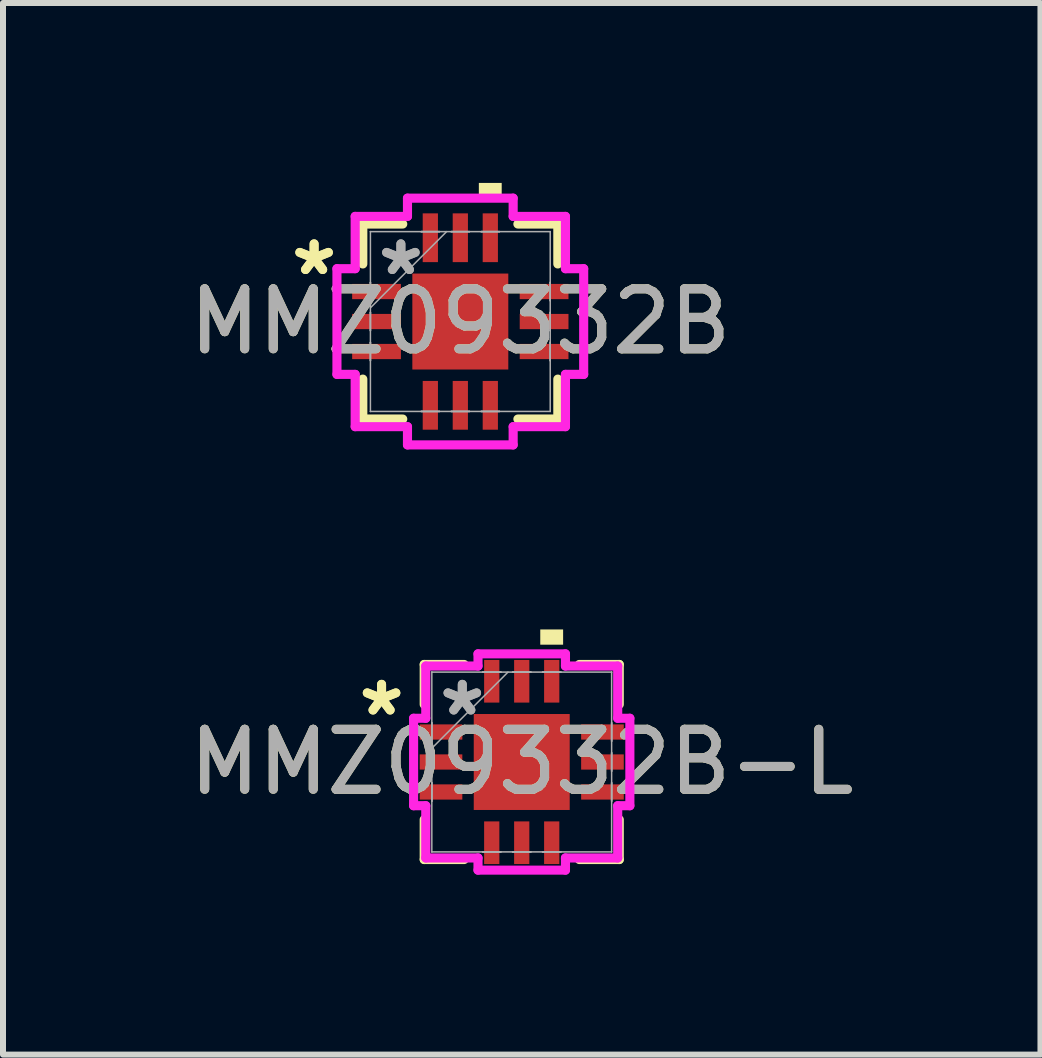
<source format=kicad_pcb>
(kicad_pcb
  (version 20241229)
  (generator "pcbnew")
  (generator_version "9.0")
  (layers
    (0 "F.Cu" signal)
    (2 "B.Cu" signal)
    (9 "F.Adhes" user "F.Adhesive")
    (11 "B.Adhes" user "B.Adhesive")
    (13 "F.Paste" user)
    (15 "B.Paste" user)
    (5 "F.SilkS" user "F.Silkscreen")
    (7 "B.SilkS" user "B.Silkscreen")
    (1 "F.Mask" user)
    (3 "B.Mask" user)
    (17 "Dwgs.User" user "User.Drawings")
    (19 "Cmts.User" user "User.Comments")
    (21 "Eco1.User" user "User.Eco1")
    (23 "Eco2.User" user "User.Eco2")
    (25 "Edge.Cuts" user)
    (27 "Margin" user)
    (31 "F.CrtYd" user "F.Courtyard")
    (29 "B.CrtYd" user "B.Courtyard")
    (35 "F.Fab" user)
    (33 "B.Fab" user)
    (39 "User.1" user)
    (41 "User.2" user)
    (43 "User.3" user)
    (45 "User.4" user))
  (footprint "MMZ09332B"
    (layer "F.Cu")
    (at 4.625 2.311)
    (property "Reference" "MMZ09332B" (at 0 0 0) (unlocked yes) (layer "F.SilkS") (effects (font (size 1 1) (thickness 0.15))))
    (attr smd)
    (fp_line (start -1.626 -1.626) (end -1.626 -0.96) (stroke (width 0.152) (type solid)) (layer "F.SilkS"))
    (fp_line (start -1.626 0.96) (end -1.626 1.626) (stroke (width 0.152) (type solid)) (layer "F.SilkS"))
    (fp_line (start -1.626 1.626) (end -0.96 1.626) (stroke (width 0.152) (type solid)) (layer "F.SilkS"))
    (fp_line (start -0.96 -1.626) (end -1.626 -1.626) (stroke (width 0.152) (type solid)) (layer "F.SilkS"))
    (fp_line (start 0.96 1.626) (end 1.626 1.626) (stroke (width 0.152) (type solid)) (layer "F.SilkS"))
    (fp_line (start 1.626 -1.626) (end 0.96 -1.626) (stroke (width 0.152) (type solid)) (layer "F.SilkS"))
    (fp_line (start 1.626 -0.96) (end 1.626 -1.626) (stroke (width 0.152) (type solid)) (layer "F.SilkS"))
    (fp_line (start 1.626 1.626) (end 1.626 0.96) (stroke (width 0.152) (type solid)) (layer "F.SilkS"))
    (fp_poly (pts (xy 0.309 -2.057) (xy 0.309 -2.311) (xy 0.69 -2.311) (xy 0.69 -2.057)) (stroke (width 0) (type solid)) (fill yes) (layer "F.SilkS"))
    (fp_line (start -2.057 -0.881) (end -1.753 -0.881) (stroke (width 0.152) (type solid)) (layer "F.CrtYd"))
    (fp_line (start -2.057 0.881) (end -2.057 -0.881) (stroke (width 0.152) (type solid)) (layer "F.CrtYd"))
    (fp_line (start -1.753 -1.753) (end -0.881 -1.753) (stroke (width 0.152) (type solid)) (layer "F.CrtYd"))
    (fp_line (start -1.753 -0.881) (end -1.753 -1.753) (stroke (width 0.152) (type solid)) (layer "F.CrtYd"))
    (fp_line (start -1.753 0.881) (end -2.057 0.881) (stroke (width 0.152) (type solid)) (layer "F.CrtYd"))
    (fp_line (start -1.753 1.753) (end -1.753 0.881) (stroke (width 0.152) (type solid)) (layer "F.CrtYd"))
    (fp_line (start -0.881 -2.057) (end 0.881 -2.057) (stroke (width 0.152) (type solid)) (layer "F.CrtYd"))
    (fp_line (start -0.881 -1.753) (end -0.881 -2.057) (stroke (width 0.152) (type solid)) (layer "F.CrtYd"))
    (fp_line (start -0.881 1.753) (end -1.753 1.753) (stroke (width 0.152) (type solid)) (layer "F.CrtYd"))
    (fp_line (start -0.881 2.057) (end -0.881 1.753) (stroke (width 0.152) (type solid)) (layer "F.CrtYd"))
    (fp_line (start 0.881 -2.057) (end 0.881 -1.753) (stroke (width 0.152) (type solid)) (layer "F.CrtYd"))
    (fp_line (start 0.881 -1.753) (end 1.753 -1.753) (stroke (width 0.152) (type solid)) (layer "F.CrtYd"))
    (fp_line (start 0.881 1.753) (end 0.881 2.057) (stroke (width 0.152) (type solid)) (layer "F.CrtYd"))
    (fp_line (start 0.881 2.057) (end -0.881 2.057) (stroke (width 0.152) (type solid)) (layer "F.CrtYd"))
    (fp_line (start 1.753 -1.753) (end 1.753 -0.881) (stroke (width 0.152) (type solid)) (layer "F.CrtYd"))
    (fp_line (start 1.753 -0.881) (end 2.057 -0.881) (stroke (width 0.152) (type solid)) (layer "F.CrtYd"))
    (fp_line (start 1.753 0.881) (end 1.753 1.753) (stroke (width 0.152) (type solid)) (layer "F.CrtYd"))
    (fp_line (start 1.753 1.753) (end 0.881 1.753) (stroke (width 0.152) (type solid)) (layer "F.CrtYd"))
    (fp_line (start 2.057 -0.881) (end 2.057 0.881) (stroke (width 0.152) (type solid)) (layer "F.CrtYd"))
    (fp_line (start 2.057 0.881) (end 1.753 0.881) (stroke (width 0.152) (type solid)) (layer "F.CrtYd"))
    (fp_line (start -1.499 -1.499) (end -1.499 -1.499) (stroke (width 0.025) (type solid)) (layer "F.Fab"))
    (fp_line (start -1.499 -1.499) (end -1.499 1.499) (stroke (width 0.025) (type solid)) (layer "F.Fab"))
    (fp_line (start -1.499 -0.652) (end -1.499 -0.652) (stroke (width 0.025) (type solid)) (layer "F.Fab"))
    (fp_line (start -1.499 -0.652) (end -1.499 -0.348) (stroke (width 0.025) (type solid)) (layer "F.Fab"))
    (fp_line (start -1.499 -0.348) (end -1.499 -0.652) (stroke (width 0.025) (type solid)) (layer "F.Fab"))
    (fp_line (start -1.499 -0.348) (end -1.499 -0.348) (stroke (width 0.025) (type solid)) (layer "F.Fab"))
    (fp_line (start -1.499 -0.229) (end -0.229 -1.499) (stroke (width 0.025) (type solid)) (layer "F.Fab"))
    (fp_line (start -1.499 -0.152) (end -1.499 -0.152) (stroke (width 0.025) (type solid)) (layer "F.Fab"))
    (fp_line (start -1.499 -0.152) (end -1.499 0.152) (stroke (width 0.025) (type solid)) (layer "F.Fab"))
    (fp_line (start -1.499 0.152) (end -1.499 -0.152) (stroke (width 0.025) (type solid)) (layer "F.Fab"))
    (fp_line (start -1.499 0.152) (end -1.499 0.152) (stroke (width 0.025) (type solid)) (layer "F.Fab"))
    (fp_line (start -1.499 0.348) (end -1.499 0.348) (stroke (width 0.025) (type solid)) (layer "F.Fab"))
    (fp_line (start -1.499 0.348) (end -1.499 0.652) (stroke (width 0.025) (type solid)) (layer "F.Fab"))
    (fp_line (start -1.499 0.652) (end -1.499 0.348) (stroke (width 0.025) (type solid)) (layer "F.Fab"))
    (fp_line (start -1.499 0.652) (end -1.499 0.652) (stroke (width 0.025) (type solid)) (layer "F.Fab"))
    (fp_line (start -1.499 1.499) (end -1.499 1.499) (stroke (width 0.025) (type solid)) (layer "F.Fab"))
    (fp_line (start -1.499 1.499) (end 1.499 1.499) (stroke (width 0.025) (type solid)) (layer "F.Fab"))
    (fp_line (start -0.652 -1.499) (end -0.652 -1.499) (stroke (width 0.025) (type solid)) (layer "F.Fab"))
    (fp_line (start -0.652 -1.499) (end -0.348 -1.499) (stroke (width 0.025) (type solid)) (layer "F.Fab"))
    (fp_line (start -0.652 1.499) (end -0.652 1.499) (stroke (width 0.025) (type solid)) (layer "F.Fab"))
    (fp_line (start -0.652 1.499) (end -0.348 1.499) (stroke (width 0.025) (type solid)) (layer "F.Fab"))
    (fp_line (start -0.348 -1.499) (end -0.652 -1.499) (stroke (width 0.025) (type solid)) (layer "F.Fab"))
    (fp_line (start -0.348 -1.499) (end -0.348 -1.499) (stroke (width 0.025) (type solid)) (layer "F.Fab"))
    (fp_line (start -0.348 1.499) (end -0.652 1.499) (stroke (width 0.025) (type solid)) (layer "F.Fab"))
    (fp_line (start -0.348 1.499) (end -0.348 1.499) (stroke (width 0.025) (type solid)) (layer "F.Fab"))
    (fp_line (start -0.152 -1.499) (end -0.152 -1.499) (stroke (width 0.025) (type solid)) (layer "F.Fab"))
    (fp_line (start -0.152 -1.499) (end 0.152 -1.499) (stroke (width 0.025) (type solid)) (layer "F.Fab"))
    (fp_line (start -0.152 1.499) (end -0.152 1.499) (stroke (width 0.025) (type solid)) (layer "F.Fab"))
    (fp_line (start -0.152 1.499) (end 0.152 1.499) (stroke (width 0.025) (type solid)) (layer "F.Fab"))
    (fp_line (start 0.152 -1.499) (end -0.152 -1.499) (stroke (width 0.025) (type solid)) (layer "F.Fab"))
    (fp_line (start 0.152 -1.499) (end 0.152 -1.499) (stroke (width 0.025) (type solid)) (layer "F.Fab"))
    (fp_line (start 0.152 1.499) (end -0.152 1.499) (stroke (width 0.025) (type solid)) (layer "F.Fab"))
    (fp_line (start 0.152 1.499) (end 0.152 1.499) (stroke (width 0.025) (type solid)) (layer "F.Fab"))
    (fp_line (start 0.348 -1.499) (end 0.348 -1.499) (stroke (width 0.025) (type solid)) (layer "F.Fab"))
    (fp_line (start 0.348 -1.499) (end 0.652 -1.499) (stroke (width 0.025) (type solid)) (layer "F.Fab"))
    (fp_line (start 0.348 1.499) (end 0.348 1.499) (stroke (width 0.025) (type solid)) (layer "F.Fab"))
    (fp_line (start 0.348 1.499) (end 0.652 1.499) (stroke (width 0.025) (type solid)) (layer "F.Fab"))
    (fp_line (start 0.652 -1.499) (end 0.348 -1.499) (stroke (width 0.025) (type solid)) (layer "F.Fab"))
    (fp_line (start 0.652 -1.499) (end 0.652 -1.499) (stroke (width 0.025) (type solid)) (layer "F.Fab"))
    (fp_line (start 0.652 1.499) (end 0.348 1.499) (stroke (width 0.025) (type solid)) (layer "F.Fab"))
    (fp_line (start 0.652 1.499) (end 0.652 1.499) (stroke (width 0.025) (type solid)) (layer "F.Fab"))
    (fp_line (start 1.499 -1.499) (end -1.499 -1.499) (stroke (width 0.025) (type solid)) (layer "F.Fab"))
    (fp_line (start 1.499 -1.499) (end 1.499 -1.499) (stroke (width 0.025) (type solid)) (layer "F.Fab"))
    (fp_line (start 1.499 -0.652) (end 1.499 -0.652) (stroke (width 0.025) (type solid)) (layer "F.Fab"))
    (fp_line (start 1.499 -0.652) (end 1.499 -0.348) (stroke (width 0.025) (type solid)) (layer "F.Fab"))
    (fp_line (start 1.499 -0.348) (end 1.499 -0.652) (stroke (width 0.025) (type solid)) (layer "F.Fab"))
    (fp_line (start 1.499 -0.348) (end 1.499 -0.348) (stroke (width 0.025) (type solid)) (layer "F.Fab"))
    (fp_line (start 1.499 -0.152) (end 1.499 -0.152) (stroke (width 0.025) (type solid)) (layer "F.Fab"))
    (fp_line (start 1.499 -0.152) (end 1.499 0.152) (stroke (width 0.025) (type solid)) (layer "F.Fab"))
    (fp_line (start 1.499 0.152) (end 1.499 -0.152) (stroke (width 0.025) (type solid)) (layer "F.Fab"))
    (fp_line (start 1.499 0.152) (end 1.499 0.152) (stroke (width 0.025) (type solid)) (layer "F.Fab"))
    (fp_line (start 1.499 0.348) (end 1.499 0.348) (stroke (width 0.025) (type solid)) (layer "F.Fab"))
    (fp_line (start 1.499 0.348) (end 1.499 0.652) (stroke (width 0.025) (type solid)) (layer "F.Fab"))
    (fp_line (start 1.499 0.652) (end 1.499 0.348) (stroke (width 0.025) (type solid)) (layer "F.Fab"))
    (fp_line (start 1.499 0.652) (end 1.499 0.652) (stroke (width 0.025) (type solid)) (layer "F.Fab"))
    (fp_line (start 1.499 1.499) (end 1.499 -1.499) (stroke (width 0.025) (type solid)) (layer "F.Fab"))
    (fp_line (start 1.499 1.499) (end 1.499 1.499) (stroke (width 0.025) (type solid)) (layer "F.Fab"))
    (fp_text user "*" (at -2.438 -0.75 0) (layer "F.SilkS") (effects (font (size 1 1) (thickness 0.15))))
    (fp_text user "*" (at -2.438 -0.75 0) (unlocked yes) (layer "F.SilkS") (effects (font (size 1 1) (thickness 0.15))))
    (fp_text user "${REFERENCE}" (at 0 0 0) (unlocked yes) (layer "F.Fab") (effects (font (size 1 1) (thickness 0.15))))
    (fp_text user "*" (at -0.991 -0.75 0) (unlocked yes) (layer "F.Fab") (effects (font (size 1 1) (thickness 0.15))))
    (fp_text user "*" (at -0.991 -0.75 0) (layer "F.Fab") (effects (font (size 1 1) (thickness 0.15))))
    (pad "1" smd rect (at -1.397 -0.5 90) (size 0.254 0.813) (layers "F.Cu" "F.Mask" "F.Paste"))
    (pad "2" smd rect (at -1.397 0 90) (size 0.254 0.813) (layers "F.Cu" "F.Mask" "F.Paste"))
    (pad "3" smd rect (at -1.397 0.5 90) (size 0.254 0.813) (layers "F.Cu" "F.Mask" "F.Paste"))
    (pad "4" smd rect (at -0.5 1.397) (size 0.254 0.813) (layers "F.Cu" "F.Mask" "F.Paste"))
    (pad "5" smd rect (at 0 1.397) (size 0.254 0.813) (layers "F.Cu" "F.Mask" "F.Paste"))
    (pad "6" smd rect (at 0.5 1.397) (size 0.254 0.813) (layers "F.Cu" "F.Mask" "F.Paste"))
    (pad "7" smd rect (at 1.397 0.5 90) (size 0.254 0.813) (layers "F.Cu" "F.Mask" "F.Paste"))
    (pad "8" smd rect (at 1.397 0 90) (size 0.254 0.813) (layers "F.Cu" "F.Mask" "F.Paste"))
    (pad "9" smd rect (at 1.397 -0.5 90) (size 0.254 0.813) (layers "F.Cu" "F.Mask" "F.Paste"))
    (pad "10" smd rect (at 0.5 -1.397) (size 0.254 0.813) (layers "F.Cu" "F.Mask" "F.Paste"))
    (pad "11" smd rect (at 0 -1.397) (size 0.254 0.813) (layers "F.Cu" "F.Mask" "F.Paste"))
    (pad "12" smd rect (at -0.5 -1.397) (size 0.254 0.813) (layers "F.Cu" "F.Mask" "F.Paste"))
    (pad "13" smd rect (at 0 0) (size 1.6 1.6) (layers "F.Cu" "F.Mask" "F.Paste")))
  (footprint "MMZ09332B-L"
    (layer "F.Cu")
    (at 5.649 9.655)
    (property "Reference" "MMZ09332B-L" (at 0 0 0) (unlocked yes) (layer "F.SilkS") (effects (font (size 1 1) (thickness 0.15))))
    (attr smd)
    (fp_line (start -1.626 -1.626) (end -1.626 -0.96) (stroke (width 0.152) (type solid)) (layer "F.SilkS"))
    (fp_line (start -1.626 0.96) (end -1.626 1.626) (stroke (width 0.152) (type solid)) (layer "F.SilkS"))
    (fp_line (start -1.626 1.626) (end -0.96 1.626) (stroke (width 0.152) (type solid)) (layer "F.SilkS"))
    (fp_line (start -0.96 -1.626) (end -1.626 -1.626) (stroke (width 0.152) (type solid)) (layer "F.SilkS"))
    (fp_line (start 0.96 1.626) (end 1.626 1.626) (stroke (width 0.152) (type solid)) (layer "F.SilkS"))
    (fp_line (start 1.626 -1.626) (end 0.96 -1.626) (stroke (width 0.152) (type solid)) (layer "F.SilkS"))
    (fp_line (start 1.626 -0.96) (end 1.626 -1.626) (stroke (width 0.152) (type solid)) (layer "F.SilkS"))
    (fp_line (start 1.626 1.626) (end 1.626 0.96) (stroke (width 0.152) (type solid)) (layer "F.SilkS"))
    (fp_poly (pts (xy 0.309 -1.956) (xy 0.309 -2.21) (xy 0.69 -2.21) (xy 0.69 -1.956)) (stroke (width 0) (type solid)) (fill yes) (layer "F.SilkS"))
    (fp_line (start -1.803 -0.729) (end -1.6 -0.729) (stroke (width 0.152) (type solid)) (layer "F.CrtYd"))
    (fp_line (start -1.803 0.729) (end -1.803 -0.729) (stroke (width 0.152) (type solid)) (layer "F.CrtYd"))
    (fp_line (start -1.6 -1.6) (end -0.729 -1.6) (stroke (width 0.152) (type solid)) (layer "F.CrtYd"))
    (fp_line (start -1.6 -0.729) (end -1.6 -1.6) (stroke (width 0.152) (type solid)) (layer "F.CrtYd"))
    (fp_line (start -1.6 0.729) (end -1.803 0.729) (stroke (width 0.152) (type solid)) (layer "F.CrtYd"))
    (fp_line (start -1.6 1.6) (end -1.6 0.729) (stroke (width 0.152) (type solid)) (layer "F.CrtYd"))
    (fp_line (start -0.729 -1.803) (end 0.729 -1.803) (stroke (width 0.152) (type solid)) (layer "F.CrtYd"))
    (fp_line (start -0.729 -1.6) (end -0.729 -1.803) (stroke (width 0.152) (type solid)) (layer "F.CrtYd"))
    (fp_line (start -0.729 1.6) (end -1.6 1.6) (stroke (width 0.152) (type solid)) (layer "F.CrtYd"))
    (fp_line (start -0.729 1.803) (end -0.729 1.6) (stroke (width 0.152) (type solid)) (layer "F.CrtYd"))
    (fp_line (start 0.729 -1.803) (end 0.729 -1.6) (stroke (width 0.152) (type solid)) (layer "F.CrtYd"))
    (fp_line (start 0.729 -1.6) (end 1.6 -1.6) (stroke (width 0.152) (type solid)) (layer "F.CrtYd"))
    (fp_line (start 0.729 1.6) (end 0.729 1.803) (stroke (width 0.152) (type solid)) (layer "F.CrtYd"))
    (fp_line (start 0.729 1.803) (end -0.729 1.803) (stroke (width 0.152) (type solid)) (layer "F.CrtYd"))
    (fp_line (start 1.6 -1.6) (end 1.6 -0.729) (stroke (width 0.152) (type solid)) (layer "F.CrtYd"))
    (fp_line (start 1.6 -0.729) (end 1.803 -0.729) (stroke (width 0.152) (type solid)) (layer "F.CrtYd"))
    (fp_line (start 1.6 0.729) (end 1.6 1.6) (stroke (width 0.152) (type solid)) (layer "F.CrtYd"))
    (fp_line (start 1.6 1.6) (end 0.729 1.6) (stroke (width 0.152) (type solid)) (layer "F.CrtYd"))
    (fp_line (start 1.803 -0.729) (end 1.803 0.729) (stroke (width 0.152) (type solid)) (layer "F.CrtYd"))
    (fp_line (start 1.803 0.729) (end 1.6 0.729) (stroke (width 0.152) (type solid)) (layer "F.CrtYd"))
    (fp_line (start -1.499 -1.499) (end -1.499 -1.499) (stroke (width 0.025) (type solid)) (layer "F.Fab"))
    (fp_line (start -1.499 -1.499) (end -1.499 1.499) (stroke (width 0.025) (type solid)) (layer "F.Fab"))
    (fp_line (start -1.499 -0.652) (end -1.499 -0.652) (stroke (width 0.025) (type solid)) (layer "F.Fab"))
    (fp_line (start -1.499 -0.652) (end -1.499 -0.348) (stroke (width 0.025) (type solid)) (layer "F.Fab"))
    (fp_line (start -1.499 -0.348) (end -1.499 -0.652) (stroke (width 0.025) (type solid)) (layer "F.Fab"))
    (fp_line (start -1.499 -0.348) (end -1.499 -0.348) (stroke (width 0.025) (type solid)) (layer "F.Fab"))
    (fp_line (start -1.499 -0.229) (end -0.229 -1.499) (stroke (width 0.025) (type solid)) (layer "F.Fab"))
    (fp_line (start -1.499 -0.152) (end -1.499 -0.152) (stroke (width 0.025) (type solid)) (layer "F.Fab"))
    (fp_line (start -1.499 -0.152) (end -1.499 0.152) (stroke (width 0.025) (type solid)) (layer "F.Fab"))
    (fp_line (start -1.499 0.152) (end -1.499 -0.152) (stroke (width 0.025) (type solid)) (layer "F.Fab"))
    (fp_line (start -1.499 0.152) (end -1.499 0.152) (stroke (width 0.025) (type solid)) (layer "F.Fab"))
    (fp_line (start -1.499 0.348) (end -1.499 0.348) (stroke (width 0.025) (type solid)) (layer "F.Fab"))
    (fp_line (start -1.499 0.348) (end -1.499 0.652) (stroke (width 0.025) (type solid)) (layer "F.Fab"))
    (fp_line (start -1.499 0.652) (end -1.499 0.348) (stroke (width 0.025) (type solid)) (layer "F.Fab"))
    (fp_line (start -1.499 0.652) (end -1.499 0.652) (stroke (width 0.025) (type solid)) (layer "F.Fab"))
    (fp_line (start -1.499 1.499) (end -1.499 1.499) (stroke (width 0.025) (type solid)) (layer "F.Fab"))
    (fp_line (start -1.499 1.499) (end 1.499 1.499) (stroke (width 0.025) (type solid)) (layer "F.Fab"))
    (fp_line (start -0.652 -1.499) (end -0.652 -1.499) (stroke (width 0.025) (type solid)) (layer "F.Fab"))
    (fp_line (start -0.652 -1.499) (end -0.348 -1.499) (stroke (width 0.025) (type solid)) (layer "F.Fab"))
    (fp_line (start -0.652 1.499) (end -0.652 1.499) (stroke (width 0.025) (type solid)) (layer "F.Fab"))
    (fp_line (start -0.652 1.499) (end -0.348 1.499) (stroke (width 0.025) (type solid)) (layer "F.Fab"))
    (fp_line (start -0.348 -1.499) (end -0.652 -1.499) (stroke (width 0.025) (type solid)) (layer "F.Fab"))
    (fp_line (start -0.348 -1.499) (end -0.348 -1.499) (stroke (width 0.025) (type solid)) (layer "F.Fab"))
    (fp_line (start -0.348 1.499) (end -0.652 1.499) (stroke (width 0.025) (type solid)) (layer "F.Fab"))
    (fp_line (start -0.348 1.499) (end -0.348 1.499) (stroke (width 0.025) (type solid)) (layer "F.Fab"))
    (fp_line (start -0.152 -1.499) (end -0.152 -1.499) (stroke (width 0.025) (type solid)) (layer "F.Fab"))
    (fp_line (start -0.152 -1.499) (end 0.152 -1.499) (stroke (width 0.025) (type solid)) (layer "F.Fab"))
    (fp_line (start -0.152 1.499) (end -0.152 1.499) (stroke (width 0.025) (type solid)) (layer "F.Fab"))
    (fp_line (start -0.152 1.499) (end 0.152 1.499) (stroke (width 0.025) (type solid)) (layer "F.Fab"))
    (fp_line (start 0.152 -1.499) (end -0.152 -1.499) (stroke (width 0.025) (type solid)) (layer "F.Fab"))
    (fp_line (start 0.152 -1.499) (end 0.152 -1.499) (stroke (width 0.025) (type solid)) (layer "F.Fab"))
    (fp_line (start 0.152 1.499) (end -0.152 1.499) (stroke (width 0.025) (type solid)) (layer "F.Fab"))
    (fp_line (start 0.152 1.499) (end 0.152 1.499) (stroke (width 0.025) (type solid)) (layer "F.Fab"))
    (fp_line (start 0.348 -1.499) (end 0.348 -1.499) (stroke (width 0.025) (type solid)) (layer "F.Fab"))
    (fp_line (start 0.348 -1.499) (end 0.652 -1.499) (stroke (width 0.025) (type solid)) (layer "F.Fab"))
    (fp_line (start 0.348 1.499) (end 0.348 1.499) (stroke (width 0.025) (type solid)) (layer "F.Fab"))
    (fp_line (start 0.348 1.499) (end 0.652 1.499) (stroke (width 0.025) (type solid)) (layer "F.Fab"))
    (fp_line (start 0.652 -1.499) (end 0.348 -1.499) (stroke (width 0.025) (type solid)) (layer "F.Fab"))
    (fp_line (start 0.652 -1.499) (end 0.652 -1.499) (stroke (width 0.025) (type solid)) (layer "F.Fab"))
    (fp_line (start 0.652 1.499) (end 0.348 1.499) (stroke (width 0.025) (type solid)) (layer "F.Fab"))
    (fp_line (start 0.652 1.499) (end 0.652 1.499) (stroke (width 0.025) (type solid)) (layer "F.Fab"))
    (fp_line (start 1.499 -1.499) (end -1.499 -1.499) (stroke (width 0.025) (type solid)) (layer "F.Fab"))
    (fp_line (start 1.499 -1.499) (end 1.499 -1.499) (stroke (width 0.025) (type solid)) (layer "F.Fab"))
    (fp_line (start 1.499 -0.652) (end 1.499 -0.652) (stroke (width 0.025) (type solid)) (layer "F.Fab"))
    (fp_line (start 1.499 -0.652) (end 1.499 -0.348) (stroke (width 0.025) (type solid)) (layer "F.Fab"))
    (fp_line (start 1.499 -0.348) (end 1.499 -0.652) (stroke (width 0.025) (type solid)) (layer "F.Fab"))
    (fp_line (start 1.499 -0.348) (end 1.499 -0.348) (stroke (width 0.025) (type solid)) (layer "F.Fab"))
    (fp_line (start 1.499 -0.152) (end 1.499 -0.152) (stroke (width 0.025) (type solid)) (layer "F.Fab"))
    (fp_line (start 1.499 -0.152) (end 1.499 0.152) (stroke (width 0.025) (type solid)) (layer "F.Fab"))
    (fp_line (start 1.499 0.152) (end 1.499 -0.152) (stroke (width 0.025) (type solid)) (layer "F.Fab"))
    (fp_line (start 1.499 0.152) (end 1.499 0.152) (stroke (width 0.025) (type solid)) (layer "F.Fab"))
    (fp_line (start 1.499 0.348) (end 1.499 0.348) (stroke (width 0.025) (type solid)) (layer "F.Fab"))
    (fp_line (start 1.499 0.348) (end 1.499 0.652) (stroke (width 0.025) (type solid)) (layer "F.Fab"))
    (fp_line (start 1.499 0.652) (end 1.499 0.348) (stroke (width 0.025) (type solid)) (layer "F.Fab"))
    (fp_line (start 1.499 0.652) (end 1.499 0.652) (stroke (width 0.025) (type solid)) (layer "F.Fab"))
    (fp_line (start 1.499 1.499) (end 1.499 -1.499) (stroke (width 0.025) (type solid)) (layer "F.Fab"))
    (fp_line (start 1.499 1.499) (end 1.499 1.499) (stroke (width 0.025) (type solid)) (layer "F.Fab"))
    (fp_text user "*" (at -2.337 -0.75 0) (layer "F.SilkS") (effects (font (size 1 1) (thickness 0.15))))
    (fp_text user "*" (at -2.337 -0.75 0) (unlocked yes) (layer "F.SilkS") (effects (font (size 1 1) (thickness 0.15))))
    (fp_text user "*" (at -0.991 -0.75 0) (layer "F.Fab") (effects (font (size 1 1) (thickness 0.15))))
    (fp_text user "${REFERENCE}" (at 0 0 0) (unlocked yes) (layer "F.Fab") (effects (font (size 1 1) (thickness 0.15))))
    (fp_text user "*" (at -0.991 -0.75 0) (unlocked yes) (layer "F.Fab") (effects (font (size 1 1) (thickness 0.15))))
    (pad "1" smd rect (at -1.346 -0.5 90) (size 0.254 0.711) (layers "F.Cu" "F.Mask" "F.Paste"))
    (pad "2" smd rect (at -1.346 0 90) (size 0.254 0.711) (layers "F.Cu" "F.Mask" "F.Paste"))
    (pad "3" smd rect (at -1.346 0.5 90) (size 0.254 0.711) (layers "F.Cu" "F.Mask" "F.Paste"))
    (pad "4" smd rect (at -0.5 1.346) (size 0.254 0.711) (layers "F.Cu" "F.Mask" "F.Paste"))
    (pad "5" smd rect (at 0 1.346) (size 0.254 0.711) (layers "F.Cu" "F.Mask" "F.Paste"))
    (pad "6" smd rect (at 0.5 1.346) (size 0.254 0.711) (layers "F.Cu" "F.Mask" "F.Paste"))
    (pad "7" smd rect (at 1.346 0.5 90) (size 0.254 0.711) (layers "F.Cu" "F.Mask" "F.Paste"))
    (pad "8" smd rect (at 1.346 0 90) (size 0.254 0.711) (layers "F.Cu" "F.Mask" "F.Paste"))
    (pad "9" smd rect (at 1.346 -0.5 90) (size 0.254 0.711) (layers "F.Cu" "F.Mask" "F.Paste"))
    (pad "10" smd rect (at 0.5 -1.346) (size 0.254 0.711) (layers "F.Cu" "F.Mask" "F.Paste"))
    (pad "11" smd rect (at 0 -1.346) (size 0.254 0.711) (layers "F.Cu" "F.Mask" "F.Paste"))
    (pad "12" smd rect (at -0.5 -1.346) (size 0.254 0.711) (layers "F.Cu" "F.Mask" "F.Paste"))
    (pad "13" smd rect (at 0 0) (size 1.6 1.6) (layers "F.Cu" "F.Mask" "F.Paste")))
  (gr_rect
    (start -3 -3)
    (end 14.298 14.534)
    (stroke (width 0.1) (type default))
    (fill no)
    (layer "Edge.Cuts")))
</source>
